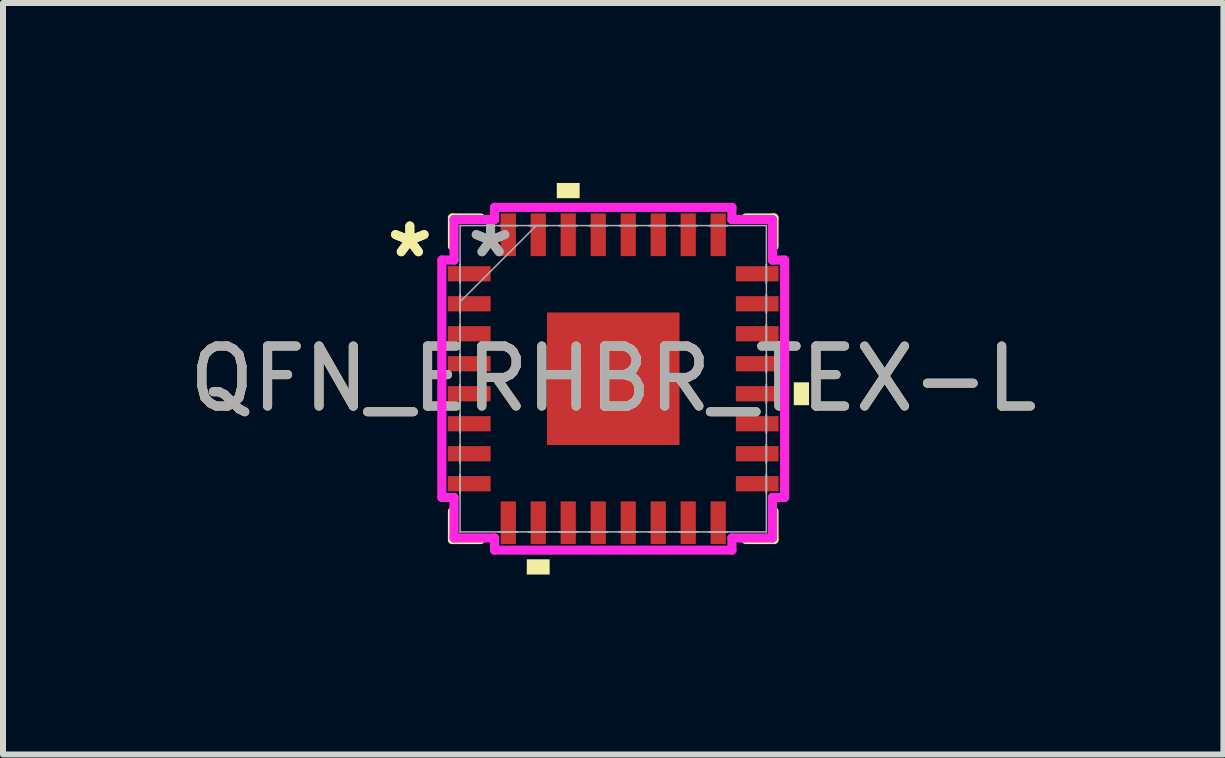
<source format=kicad_pcb>
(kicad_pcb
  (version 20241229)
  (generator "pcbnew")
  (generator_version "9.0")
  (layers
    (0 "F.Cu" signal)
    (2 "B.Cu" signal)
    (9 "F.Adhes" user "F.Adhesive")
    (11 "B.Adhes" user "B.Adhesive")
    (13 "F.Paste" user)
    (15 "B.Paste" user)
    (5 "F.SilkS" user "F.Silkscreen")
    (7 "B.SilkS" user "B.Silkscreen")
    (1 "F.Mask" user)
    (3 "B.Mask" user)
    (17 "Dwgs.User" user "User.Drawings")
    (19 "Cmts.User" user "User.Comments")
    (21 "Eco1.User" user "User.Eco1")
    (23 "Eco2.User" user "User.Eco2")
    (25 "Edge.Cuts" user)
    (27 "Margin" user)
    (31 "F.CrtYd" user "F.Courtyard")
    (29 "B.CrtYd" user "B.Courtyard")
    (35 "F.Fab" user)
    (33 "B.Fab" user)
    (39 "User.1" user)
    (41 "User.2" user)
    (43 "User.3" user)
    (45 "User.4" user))
  (footprint "QFN_ERHBR_TEX-L"
    (layer "F.Cu")
    (at 7.173 3.264)
    (property "Reference" "QFN_ERHBR_TEX-L" (at 0 0 0) (unlocked yes) (layer "F.SilkS") (effects (font (size 1 1) (thickness 0.15))))
    (attr smd)
    (fp_line (start -2.68 -2.68) (end -2.68 -2.21) (stroke (width 0.152) (type solid)) (layer "F.SilkS"))
    (fp_line (start -2.68 2.21) (end -2.68 2.68) (stroke (width 0.152) (type solid)) (layer "F.SilkS"))
    (fp_line (start -2.68 2.68) (end -2.21 2.68) (stroke (width 0.152) (type solid)) (layer "F.SilkS"))
    (fp_line (start -2.21 -2.68) (end -2.68 -2.68) (stroke (width 0.152) (type solid)) (layer "F.SilkS"))
    (fp_line (start 2.21 2.68) (end 2.68 2.68) (stroke (width 0.152) (type solid)) (layer "F.SilkS"))
    (fp_line (start 2.68 -2.68) (end 2.21 -2.68) (stroke (width 0.152) (type solid)) (layer "F.SilkS"))
    (fp_line (start 2.68 -2.21) (end 2.68 -2.68) (stroke (width 0.152) (type solid)) (layer "F.SilkS"))
    (fp_line (start 2.68 2.68) (end 2.68 2.21) (stroke (width 0.152) (type solid)) (layer "F.SilkS"))
    (fp_poly (pts (xy -1.441 3.01) (xy -1.441 3.264) (xy -1.06 3.264) (xy -1.06 3.01)) (stroke (width 0) (type solid)) (fill yes) (layer "F.SilkS"))
    (fp_poly (pts (xy -0.941 -3.01) (xy -0.941 -3.264) (xy -0.56 -3.264) (xy -0.56 -3.01)) (stroke (width 0) (type solid)) (fill yes) (layer "F.SilkS"))
    (fp_poly (pts (xy 3.264 0.06) (xy 3.264 0.441) (xy 3.01 0.441) (xy 3.01 0.06)) (stroke (width 0) (type solid)) (fill yes) (layer "F.SilkS"))
    (fp_line (start -2.857 -1.979) (end -2.654 -1.979) (stroke (width 0.152) (type solid)) (layer "F.CrtYd"))
    (fp_line (start -2.857 1.979) (end -2.857 -1.979) (stroke (width 0.152) (type solid)) (layer "F.CrtYd"))
    (fp_line (start -2.654 -2.654) (end -1.979 -2.654) (stroke (width 0.152) (type solid)) (layer "F.CrtYd"))
    (fp_line (start -2.654 -1.979) (end -2.654 -2.654) (stroke (width 0.152) (type solid)) (layer "F.CrtYd"))
    (fp_line (start -2.654 1.979) (end -2.857 1.979) (stroke (width 0.152) (type solid)) (layer "F.CrtYd"))
    (fp_line (start -2.654 2.654) (end -2.654 1.979) (stroke (width 0.152) (type solid)) (layer "F.CrtYd"))
    (fp_line (start -1.979 -2.857) (end 1.979 -2.857) (stroke (width 0.152) (type solid)) (layer "F.CrtYd"))
    (fp_line (start -1.979 -2.654) (end -1.979 -2.857) (stroke (width 0.152) (type solid)) (layer "F.CrtYd"))
    (fp_line (start -1.979 2.654) (end -2.654 2.654) (stroke (width 0.152) (type solid)) (layer "F.CrtYd"))
    (fp_line (start -1.979 2.857) (end -1.979 2.654) (stroke (width 0.152) (type solid)) (layer "F.CrtYd"))
    (fp_line (start 1.979 -2.857) (end 1.979 -2.654) (stroke (width 0.152) (type solid)) (layer "F.CrtYd"))
    (fp_line (start 1.979 -2.654) (end 2.654 -2.654) (stroke (width 0.152) (type solid)) (layer "F.CrtYd"))
    (fp_line (start 1.979 2.654) (end 1.979 2.857) (stroke (width 0.152) (type solid)) (layer "F.CrtYd"))
    (fp_line (start 1.979 2.857) (end -1.979 2.857) (stroke (width 0.152) (type solid)) (layer "F.CrtYd"))
    (fp_line (start 2.654 -2.654) (end 2.654 -1.979) (stroke (width 0.152) (type solid)) (layer "F.CrtYd"))
    (fp_line (start 2.654 -1.979) (end 2.857 -1.979) (stroke (width 0.152) (type solid)) (layer "F.CrtYd"))
    (fp_line (start 2.654 1.979) (end 2.654 2.654) (stroke (width 0.152) (type solid)) (layer "F.CrtYd"))
    (fp_line (start 2.654 2.654) (end 1.979 2.654) (stroke (width 0.152) (type solid)) (layer "F.CrtYd"))
    (fp_line (start 2.857 -1.979) (end 2.857 1.979) (stroke (width 0.152) (type solid)) (layer "F.CrtYd"))
    (fp_line (start 2.857 1.979) (end 2.654 1.979) (stroke (width 0.152) (type solid)) (layer "F.CrtYd"))
    (fp_line (start -2.553 -2.553) (end -2.553 -2.553) (stroke (width 0.025) (type solid)) (layer "F.Fab"))
    (fp_line (start -2.553 -2.553) (end -2.553 2.553) (stroke (width 0.025) (type solid)) (layer "F.Fab"))
    (fp_line (start -2.553 -1.903) (end -2.553 -1.903) (stroke (width 0.025) (type solid)) (layer "F.Fab"))
    (fp_line (start -2.553 -1.903) (end -2.553 -1.598) (stroke (width 0.025) (type solid)) (layer "F.Fab"))
    (fp_line (start -2.553 -1.598) (end -2.553 -1.903) (stroke (width 0.025) (type solid)) (layer "F.Fab"))
    (fp_line (start -2.553 -1.598) (end -2.553 -1.598) (stroke (width 0.025) (type solid)) (layer "F.Fab"))
    (fp_line (start -2.553 -1.403) (end -2.553 -1.403) (stroke (width 0.025) (type solid)) (layer "F.Fab"))
    (fp_line (start -2.553 -1.403) (end -2.553 -1.098) (stroke (width 0.025) (type solid)) (layer "F.Fab"))
    (fp_line (start -2.553 -1.283) (end -1.283 -2.553) (stroke (width 0.025) (type solid)) (layer "F.Fab"))
    (fp_line (start -2.553 -1.098) (end -2.553 -1.403) (stroke (width 0.025) (type solid)) (layer "F.Fab"))
    (fp_line (start -2.553 -1.098) (end -2.553 -1.098) (stroke (width 0.025) (type solid)) (layer "F.Fab"))
    (fp_line (start -2.553 -0.903) (end -2.553 -0.903) (stroke (width 0.025) (type solid)) (layer "F.Fab"))
    (fp_line (start -2.553 -0.903) (end -2.553 -0.598) (stroke (width 0.025) (type solid)) (layer "F.Fab"))
    (fp_line (start -2.553 -0.598) (end -2.553 -0.903) (stroke (width 0.025) (type solid)) (layer "F.Fab"))
    (fp_line (start -2.553 -0.598) (end -2.553 -0.598) (stroke (width 0.025) (type solid)) (layer "F.Fab"))
    (fp_line (start -2.553 -0.402) (end -2.553 -0.402) (stroke (width 0.025) (type solid)) (layer "F.Fab"))
    (fp_line (start -2.553 -0.402) (end -2.553 -0.098) (stroke (width 0.025) (type solid)) (layer "F.Fab"))
    (fp_line (start -2.553 -0.098) (end -2.553 -0.402) (stroke (width 0.025) (type solid)) (layer "F.Fab"))
    (fp_line (start -2.553 -0.098) (end -2.553 -0.098) (stroke (width 0.025) (type solid)) (layer "F.Fab"))
    (fp_line (start -2.553 0.098) (end -2.553 0.098) (stroke (width 0.025) (type solid)) (layer "F.Fab"))
    (fp_line (start -2.553 0.098) (end -2.553 0.402) (stroke (width 0.025) (type solid)) (layer "F.Fab"))
    (fp_line (start -2.553 0.402) (end -2.553 0.098) (stroke (width 0.025) (type solid)) (layer "F.Fab"))
    (fp_line (start -2.553 0.402) (end -2.553 0.402) (stroke (width 0.025) (type solid)) (layer "F.Fab"))
    (fp_line (start -2.553 0.598) (end -2.553 0.598) (stroke (width 0.025) (type solid)) (layer "F.Fab"))
    (fp_line (start -2.553 0.598) (end -2.553 0.903) (stroke (width 0.025) (type solid)) (layer "F.Fab"))
    (fp_line (start -2.553 0.903) (end -2.553 0.598) (stroke (width 0.025) (type solid)) (layer "F.Fab"))
    (fp_line (start -2.553 0.903) (end -2.553 0.903) (stroke (width 0.025) (type solid)) (layer "F.Fab"))
    (fp_line (start -2.553 1.098) (end -2.553 1.098) (stroke (width 0.025) (type solid)) (layer "F.Fab"))
    (fp_line (start -2.553 1.098) (end -2.553 1.403) (stroke (width 0.025) (type solid)) (layer "F.Fab"))
    (fp_line (start -2.553 1.403) (end -2.553 1.098) (stroke (width 0.025) (type solid)) (layer "F.Fab"))
    (fp_line (start -2.553 1.403) (end -2.553 1.403) (stroke (width 0.025) (type solid)) (layer "F.Fab"))
    (fp_line (start -2.553 1.598) (end -2.553 1.598) (stroke (width 0.025) (type solid)) (layer "F.Fab"))
    (fp_line (start -2.553 1.598) (end -2.553 1.903) (stroke (width 0.025) (type solid)) (layer "F.Fab"))
    (fp_line (start -2.553 1.903) (end -2.553 1.598) (stroke (width 0.025) (type solid)) (layer "F.Fab"))
    (fp_line (start -2.553 1.903) (end -2.553 1.903) (stroke (width 0.025) (type solid)) (layer "F.Fab"))
    (fp_line (start -2.553 2.553) (end -2.553 2.553) (stroke (width 0.025) (type solid)) (layer "F.Fab"))
    (fp_line (start -2.553 2.553) (end 2.553 2.553) (stroke (width 0.025) (type solid)) (layer "F.Fab"))
    (fp_line (start -1.903 -2.553) (end -1.903 -2.553) (stroke (width 0.025) (type solid)) (layer "F.Fab"))
    (fp_line (start -1.903 -2.553) (end -1.598 -2.553) (stroke (width 0.025) (type solid)) (layer "F.Fab"))
    (fp_line (start -1.903 2.553) (end -1.903 2.553) (stroke (width 0.025) (type solid)) (layer "F.Fab"))
    (fp_line (start -1.903 2.553) (end -1.598 2.553) (stroke (width 0.025) (type solid)) (layer "F.Fab"))
    (fp_line (start -1.598 -2.553) (end -1.903 -2.553) (stroke (width 0.025) (type solid)) (layer "F.Fab"))
    (fp_line (start -1.598 -2.553) (end -1.598 -2.553) (stroke (width 0.025) (type solid)) (layer "F.Fab"))
    (fp_line (start -1.598 2.553) (end -1.903 2.553) (stroke (width 0.025) (type solid)) (layer "F.Fab"))
    (fp_line (start -1.598 2.553) (end -1.598 2.553) (stroke (width 0.025) (type solid)) (layer "F.Fab"))
    (fp_line (start -1.403 -2.553) (end -1.403 -2.553) (stroke (width 0.025) (type solid)) (layer "F.Fab"))
    (fp_line (start -1.403 -2.553) (end -1.098 -2.553) (stroke (width 0.025) (type solid)) (layer "F.Fab"))
    (fp_line (start -1.403 2.553) (end -1.403 2.553) (stroke (width 0.025) (type solid)) (layer "F.Fab"))
    (fp_line (start -1.403 2.553) (end -1.098 2.553) (stroke (width 0.025) (type solid)) (layer "F.Fab"))
    (fp_line (start -1.098 -2.553) (end -1.403 -2.553) (stroke (width 0.025) (type solid)) (layer "F.Fab"))
    (fp_line (start -1.098 -2.553) (end -1.098 -2.553) (stroke (width 0.025) (type solid)) (layer "F.Fab"))
    (fp_line (start -1.098 2.553) (end -1.403 2.553) (stroke (width 0.025) (type solid)) (layer "F.Fab"))
    (fp_line (start -1.098 2.553) (end -1.098 2.553) (stroke (width 0.025) (type solid)) (layer "F.Fab"))
    (fp_line (start -0.903 -2.553) (end -0.903 -2.553) (stroke (width 0.025) (type solid)) (layer "F.Fab"))
    (fp_line (start -0.903 -2.553) (end -0.598 -2.553) (stroke (width 0.025) (type solid)) (layer "F.Fab"))
    (fp_line (start -0.903 2.553) (end -0.903 2.553) (stroke (width 0.025) (type solid)) (layer "F.Fab"))
    (fp_line (start -0.903 2.553) (end -0.598 2.553) (stroke (width 0.025) (type solid)) (layer "F.Fab"))
    (fp_line (start -0.598 -2.553) (end -0.903 -2.553) (stroke (width 0.025) (type solid)) (layer "F.Fab"))
    (fp_line (start -0.598 -2.553) (end -0.598 -2.553) (stroke (width 0.025) (type solid)) (layer "F.Fab"))
    (fp_line (start -0.598 2.553) (end -0.903 2.553) (stroke (width 0.025) (type solid)) (layer "F.Fab"))
    (fp_line (start -0.598 2.553) (end -0.598 2.553) (stroke (width 0.025) (type solid)) (layer "F.Fab"))
    (fp_line (start -0.402 -2.553) (end -0.402 -2.553) (stroke (width 0.025) (type solid)) (layer "F.Fab"))
    (fp_line (start -0.402 -2.553) (end -0.098 -2.553) (stroke (width 0.025) (type solid)) (layer "F.Fab"))
    (fp_line (start -0.402 2.553) (end -0.402 2.553) (stroke (width 0.025) (type solid)) (layer "F.Fab"))
    (fp_line (start -0.402 2.553) (end -0.098 2.553) (stroke (width 0.025) (type solid)) (layer "F.Fab"))
    (fp_line (start -0.098 -2.553) (end -0.402 -2.553) (stroke (width 0.025) (type solid)) (layer "F.Fab"))
    (fp_line (start -0.098 -2.553) (end -0.098 -2.553) (stroke (width 0.025) (type solid)) (layer "F.Fab"))
    (fp_line (start -0.098 2.553) (end -0.402 2.553) (stroke (width 0.025) (type solid)) (layer "F.Fab"))
    (fp_line (start -0.098 2.553) (end -0.098 2.553) (stroke (width 0.025) (type solid)) (layer "F.Fab"))
    (fp_line (start 0.098 -2.553) (end 0.098 -2.553) (stroke (width 0.025) (type solid)) (layer "F.Fab"))
    (fp_line (start 0.098 -2.553) (end 0.402 -2.553) (stroke (width 0.025) (type solid)) (layer "F.Fab"))
    (fp_line (start 0.098 2.553) (end 0.098 2.553) (stroke (width 0.025) (type solid)) (layer "F.Fab"))
    (fp_line (start 0.098 2.553) (end 0.402 2.553) (stroke (width 0.025) (type solid)) (layer "F.Fab"))
    (fp_line (start 0.402 -2.553) (end 0.098 -2.553) (stroke (width 0.025) (type solid)) (layer "F.Fab"))
    (fp_line (start 0.402 -2.553) (end 0.402 -2.553) (stroke (width 0.025) (type solid)) (layer "F.Fab"))
    (fp_line (start 0.402 2.553) (end 0.098 2.553) (stroke (width 0.025) (type solid)) (layer "F.Fab"))
    (fp_line (start 0.402 2.553) (end 0.402 2.553) (stroke (width 0.025) (type solid)) (layer "F.Fab"))
    (fp_line (start 0.598 -2.553) (end 0.598 -2.553) (stroke (width 0.025) (type solid)) (layer "F.Fab"))
    (fp_line (start 0.598 -2.553) (end 0.903 -2.553) (stroke (width 0.025) (type solid)) (layer "F.Fab"))
    (fp_line (start 0.598 2.553) (end 0.598 2.553) (stroke (width 0.025) (type solid)) (layer "F.Fab"))
    (fp_line (start 0.598 2.553) (end 0.903 2.553) (stroke (width 0.025) (type solid)) (layer "F.Fab"))
    (fp_line (start 0.903 -2.553) (end 0.598 -2.553) (stroke (width 0.025) (type solid)) (layer "F.Fab"))
    (fp_line (start 0.903 -2.553) (end 0.903 -2.553) (stroke (width 0.025) (type solid)) (layer "F.Fab"))
    (fp_line (start 0.903 2.553) (end 0.598 2.553) (stroke (width 0.025) (type solid)) (layer "F.Fab"))
    (fp_line (start 0.903 2.553) (end 0.903 2.553) (stroke (width 0.025) (type solid)) (layer "F.Fab"))
    (fp_line (start 1.098 -2.553) (end 1.098 -2.553) (stroke (width 0.025) (type solid)) (layer "F.Fab"))
    (fp_line (start 1.098 -2.553) (end 1.403 -2.553) (stroke (width 0.025) (type solid)) (layer "F.Fab"))
    (fp_line (start 1.098 2.553) (end 1.098 2.553) (stroke (width 0.025) (type solid)) (layer "F.Fab"))
    (fp_line (start 1.098 2.553) (end 1.403 2.553) (stroke (width 0.025) (type solid)) (layer "F.Fab"))
    (fp_line (start 1.403 -2.553) (end 1.098 -2.553) (stroke (width 0.025) (type solid)) (layer "F.Fab"))
    (fp_line (start 1.403 -2.553) (end 1.403 -2.553) (stroke (width 0.025) (type solid)) (layer "F.Fab"))
    (fp_line (start 1.403 2.553) (end 1.098 2.553) (stroke (width 0.025) (type solid)) (layer "F.Fab"))
    (fp_line (start 1.403 2.553) (end 1.403 2.553) (stroke (width 0.025) (type solid)) (layer "F.Fab"))
    (fp_line (start 1.598 -2.553) (end 1.598 -2.553) (stroke (width 0.025) (type solid)) (layer "F.Fab"))
    (fp_line (start 1.598 -2.553) (end 1.903 -2.553) (stroke (width 0.025) (type solid)) (layer "F.Fab"))
    (fp_line (start 1.598 2.553) (end 1.598 2.553) (stroke (width 0.025) (type solid)) (layer "F.Fab"))
    (fp_line (start 1.598 2.553) (end 1.903 2.553) (stroke (width 0.025) (type solid)) (layer "F.Fab"))
    (fp_line (start 1.903 -2.553) (end 1.598 -2.553) (stroke (width 0.025) (type solid)) (layer "F.Fab"))
    (fp_line (start 1.903 -2.553) (end 1.903 -2.553) (stroke (width 0.025) (type solid)) (layer "F.Fab"))
    (fp_line (start 1.903 2.553) (end 1.598 2.553) (stroke (width 0.025) (type solid)) (layer "F.Fab"))
    (fp_line (start 1.903 2.553) (end 1.903 2.553) (stroke (width 0.025) (type solid)) (layer "F.Fab"))
    (fp_line (start 2.553 -2.553) (end -2.553 -2.553) (stroke (width 0.025) (type solid)) (layer "F.Fab"))
    (fp_line (start 2.553 -2.553) (end 2.553 -2.553) (stroke (width 0.025) (type solid)) (layer "F.Fab"))
    (fp_line (start 2.553 -1.903) (end 2.553 -1.903) (stroke (width 0.025) (type solid)) (layer "F.Fab"))
    (fp_line (start 2.553 -1.903) (end 2.553 -1.598) (stroke (width 0.025) (type solid)) (layer "F.Fab"))
    (fp_line (start 2.553 -1.598) (end 2.553 -1.903) (stroke (width 0.025) (type solid)) (layer "F.Fab"))
    (fp_line (start 2.553 -1.598) (end 2.553 -1.598) (stroke (width 0.025) (type solid)) (layer "F.Fab"))
    (fp_line (start 2.553 -1.403) (end 2.553 -1.403) (stroke (width 0.025) (type solid)) (layer "F.Fab"))
    (fp_line (start 2.553 -1.403) (end 2.553 -1.098) (stroke (width 0.025) (type solid)) (layer "F.Fab"))
    (fp_line (start 2.553 -1.098) (end 2.553 -1.403) (stroke (width 0.025) (type solid)) (layer "F.Fab"))
    (fp_line (start 2.553 -1.098) (end 2.553 -1.098) (stroke (width 0.025) (type solid)) (layer "F.Fab"))
    (fp_line (start 2.553 -0.903) (end 2.553 -0.903) (stroke (width 0.025) (type solid)) (layer "F.Fab"))
    (fp_line (start 2.553 -0.903) (end 2.553 -0.598) (stroke (width 0.025) (type solid)) (layer "F.Fab"))
    (fp_line (start 2.553 -0.598) (end 2.553 -0.903) (stroke (width 0.025) (type solid)) (layer "F.Fab"))
    (fp_line (start 2.553 -0.598) (end 2.553 -0.598) (stroke (width 0.025) (type solid)) (layer "F.Fab"))
    (fp_line (start 2.553 -0.402) (end 2.553 -0.402) (stroke (width 0.025) (type solid)) (layer "F.Fab"))
    (fp_line (start 2.553 -0.402) (end 2.553 -0.098) (stroke (width 0.025) (type solid)) (layer "F.Fab"))
    (fp_line (start 2.553 -0.098) (end 2.553 -0.402) (stroke (width 0.025) (type solid)) (layer "F.Fab"))
    (fp_line (start 2.553 -0.098) (end 2.553 -0.098) (stroke (width 0.025) (type solid)) (layer "F.Fab"))
    (fp_line (start 2.553 0.098) (end 2.553 0.098) (stroke (width 0.025) (type solid)) (layer "F.Fab"))
    (fp_line (start 2.553 0.098) (end 2.553 0.402) (stroke (width 0.025) (type solid)) (layer "F.Fab"))
    (fp_line (start 2.553 0.402) (end 2.553 0.098) (stroke (width 0.025) (type solid)) (layer "F.Fab"))
    (fp_line (start 2.553 0.402) (end 2.553 0.402) (stroke (width 0.025) (type solid)) (layer "F.Fab"))
    (fp_line (start 2.553 0.598) (end 2.553 0.598) (stroke (width 0.025) (type solid)) (layer "F.Fab"))
    (fp_line (start 2.553 0.598) (end 2.553 0.903) (stroke (width 0.025) (type solid)) (layer "F.Fab"))
    (fp_line (start 2.553 0.903) (end 2.553 0.598) (stroke (width 0.025) (type solid)) (layer "F.Fab"))
    (fp_line (start 2.553 0.903) (end 2.553 0.903) (stroke (width 0.025) (type solid)) (layer "F.Fab"))
    (fp_line (start 2.553 1.098) (end 2.553 1.098) (stroke (width 0.025) (type solid)) (layer "F.Fab"))
    (fp_line (start 2.553 1.098) (end 2.553 1.403) (stroke (width 0.025) (type solid)) (layer "F.Fab"))
    (fp_line (start 2.553 1.403) (end 2.553 1.098) (stroke (width 0.025) (type solid)) (layer "F.Fab"))
    (fp_line (start 2.553 1.403) (end 2.553 1.403) (stroke (width 0.025) (type solid)) (layer "F.Fab"))
    (fp_line (start 2.553 1.598) (end 2.553 1.598) (stroke (width 0.025) (type solid)) (layer "F.Fab"))
    (fp_line (start 2.553 1.598) (end 2.553 1.903) (stroke (width 0.025) (type solid)) (layer "F.Fab"))
    (fp_line (start 2.553 1.903) (end 2.553 1.598) (stroke (width 0.025) (type solid)) (layer "F.Fab"))
    (fp_line (start 2.553 1.903) (end 2.553 1.903) (stroke (width 0.025) (type solid)) (layer "F.Fab"))
    (fp_line (start 2.553 2.553) (end 2.553 -2.553) (stroke (width 0.025) (type solid)) (layer "F.Fab"))
    (fp_line (start 2.553 2.553) (end 2.553 2.553) (stroke (width 0.025) (type solid)) (layer "F.Fab"))
    (fp_text user "*" (at -3.391 -2.001 0) (layer "F.SilkS") (effects (font (size 1 1) (thickness 0.15))))
    (fp_text user "*" (at -3.391 -2.001 0) (unlocked yes) (layer "F.SilkS") (effects (font (size 1 1) (thickness 0.15))))
    (fp_text user "*" (at -2.045 -2.001 0) (layer "F.Fab") (effects (font (size 1 1) (thickness 0.15))))
    (fp_text user "${REFERENCE}" (at 0 0 0) (unlocked yes) (layer "F.Fab") (effects (font (size 1 1) (thickness 0.15))))
    (fp_text user "*" (at -2.045 -2.001 0) (unlocked yes) (layer "F.Fab") (effects (font (size 1 1) (thickness 0.15))))
    (pad "1" smd rect (at -2.4 -1.75 90) (size 0.254 0.711) (layers "F.Cu" "F.Mask" "F.Paste"))
    (pad "2" smd rect (at -2.4 -1.25 90) (size 0.254 0.711) (layers "F.Cu" "F.Mask" "F.Paste"))
    (pad "3" smd rect (at -2.4 -0.75 90) (size 0.254 0.711) (layers "F.Cu" "F.Mask" "F.Paste"))
    (pad "4" smd rect (at -2.4 -0.25 90) (size 0.254 0.711) (layers "F.Cu" "F.Mask" "F.Paste"))
    (pad "5" smd rect (at -2.4 0.25 90) (size 0.254 0.711) (layers "F.Cu" "F.Mask" "F.Paste"))
    (pad "6" smd rect (at -2.4 0.75 90) (size 0.254 0.711) (layers "F.Cu" "F.Mask" "F.Paste"))
    (pad "7" smd rect (at -2.4 1.25 90) (size 0.254 0.711) (layers "F.Cu" "F.Mask" "F.Paste"))
    (pad "8" smd rect (at -2.4 1.75 90) (size 0.254 0.711) (layers "F.Cu" "F.Mask" "F.Paste"))
    (pad "9" smd rect (at -1.75 2.4) (size 0.254 0.711) (layers "F.Cu" "F.Mask" "F.Paste"))
    (pad "10" smd rect (at -1.25 2.4) (size 0.254 0.711) (layers "F.Cu" "F.Mask" "F.Paste"))
    (pad "11" smd rect (at -0.75 2.4) (size 0.254 0.711) (layers "F.Cu" "F.Mask" "F.Paste"))
    (pad "12" smd rect (at -0.25 2.4) (size 0.254 0.711) (layers "F.Cu" "F.Mask" "F.Paste"))
    (pad "13" smd rect (at 0.25 2.4) (size 0.254 0.711) (layers "F.Cu" "F.Mask" "F.Paste"))
    (pad "14" smd rect (at 0.75 2.4) (size 0.254 0.711) (layers "F.Cu" "F.Mask" "F.Paste"))
    (pad "15" smd rect (at 1.25 2.4) (size 0.254 0.711) (layers "F.Cu" "F.Mask" "F.Paste"))
    (pad "16" smd rect (at 1.75 2.4) (size 0.254 0.711) (layers "F.Cu" "F.Mask" "F.Paste"))
    (pad "17" smd rect (at 2.4 1.75 90) (size 0.254 0.711) (layers "F.Cu" "F.Mask" "F.Paste"))
    (pad "18" smd rect (at 2.4 1.25 90) (size 0.254 0.711) (layers "F.Cu" "F.Mask" "F.Paste"))
    (pad "19" smd rect (at 2.4 0.75 90) (size 0.254 0.711) (layers "F.Cu" "F.Mask" "F.Paste"))
    (pad "20" smd rect (at 2.4 0.25 90) (size 0.254 0.711) (layers "F.Cu" "F.Mask" "F.Paste"))
    (pad "21" smd rect (at 2.4 -0.25 90) (size 0.254 0.711) (layers "F.Cu" "F.Mask" "F.Paste"))
    (pad "22" smd rect (at 2.4 -0.75 90) (size 0.254 0.711) (layers "F.Cu" "F.Mask" "F.Paste"))
    (pad "23" smd rect (at 2.4 -1.25 90) (size 0.254 0.711) (layers "F.Cu" "F.Mask" "F.Paste"))
    (pad "24" smd rect (at 2.4 -1.75 90) (size 0.254 0.711) (layers "F.Cu" "F.Mask" "F.Paste"))
    (pad "25" smd rect (at 1.75 -2.4) (size 0.254 0.711) (layers "F.Cu" "F.Mask" "F.Paste"))
    (pad "26" smd rect (at 1.25 -2.4) (size 0.254 0.711) (layers "F.Cu" "F.Mask" "F.Paste"))
    (pad "27" smd rect (at 0.75 -2.4) (size 0.254 0.711) (layers "F.Cu" "F.Mask" "F.Paste"))
    (pad "28" smd rect (at 0.25 -2.4) (size 0.254 0.711) (layers "F.Cu" "F.Mask" "F.Paste"))
    (pad "29" smd rect (at -0.25 -2.4) (size 0.254 0.711) (layers "F.Cu" "F.Mask" "F.Paste"))
    (pad "30" smd rect (at -0.75 -2.4) (size 0.254 0.711) (layers "F.Cu" "F.Mask" "F.Paste"))
    (pad "31" smd rect (at -1.25 -2.4) (size 0.254 0.711) (layers "F.Cu" "F.Mask" "F.Paste"))
    (pad "32" smd rect (at -1.75 -2.4) (size 0.254 0.711) (layers "F.Cu" "F.Mask" "F.Paste"))
    (pad "33" smd rect (at 0 0) (size 2.21 2.21) (layers "F.Cu" "F.Mask" "F.Paste")))
  (gr_rect
    (start -3 -3)
    (end 17.345 9.528)
    (stroke (width 0.1) (type default))
    (fill no)
    (layer "Edge.Cuts")))
</source>
